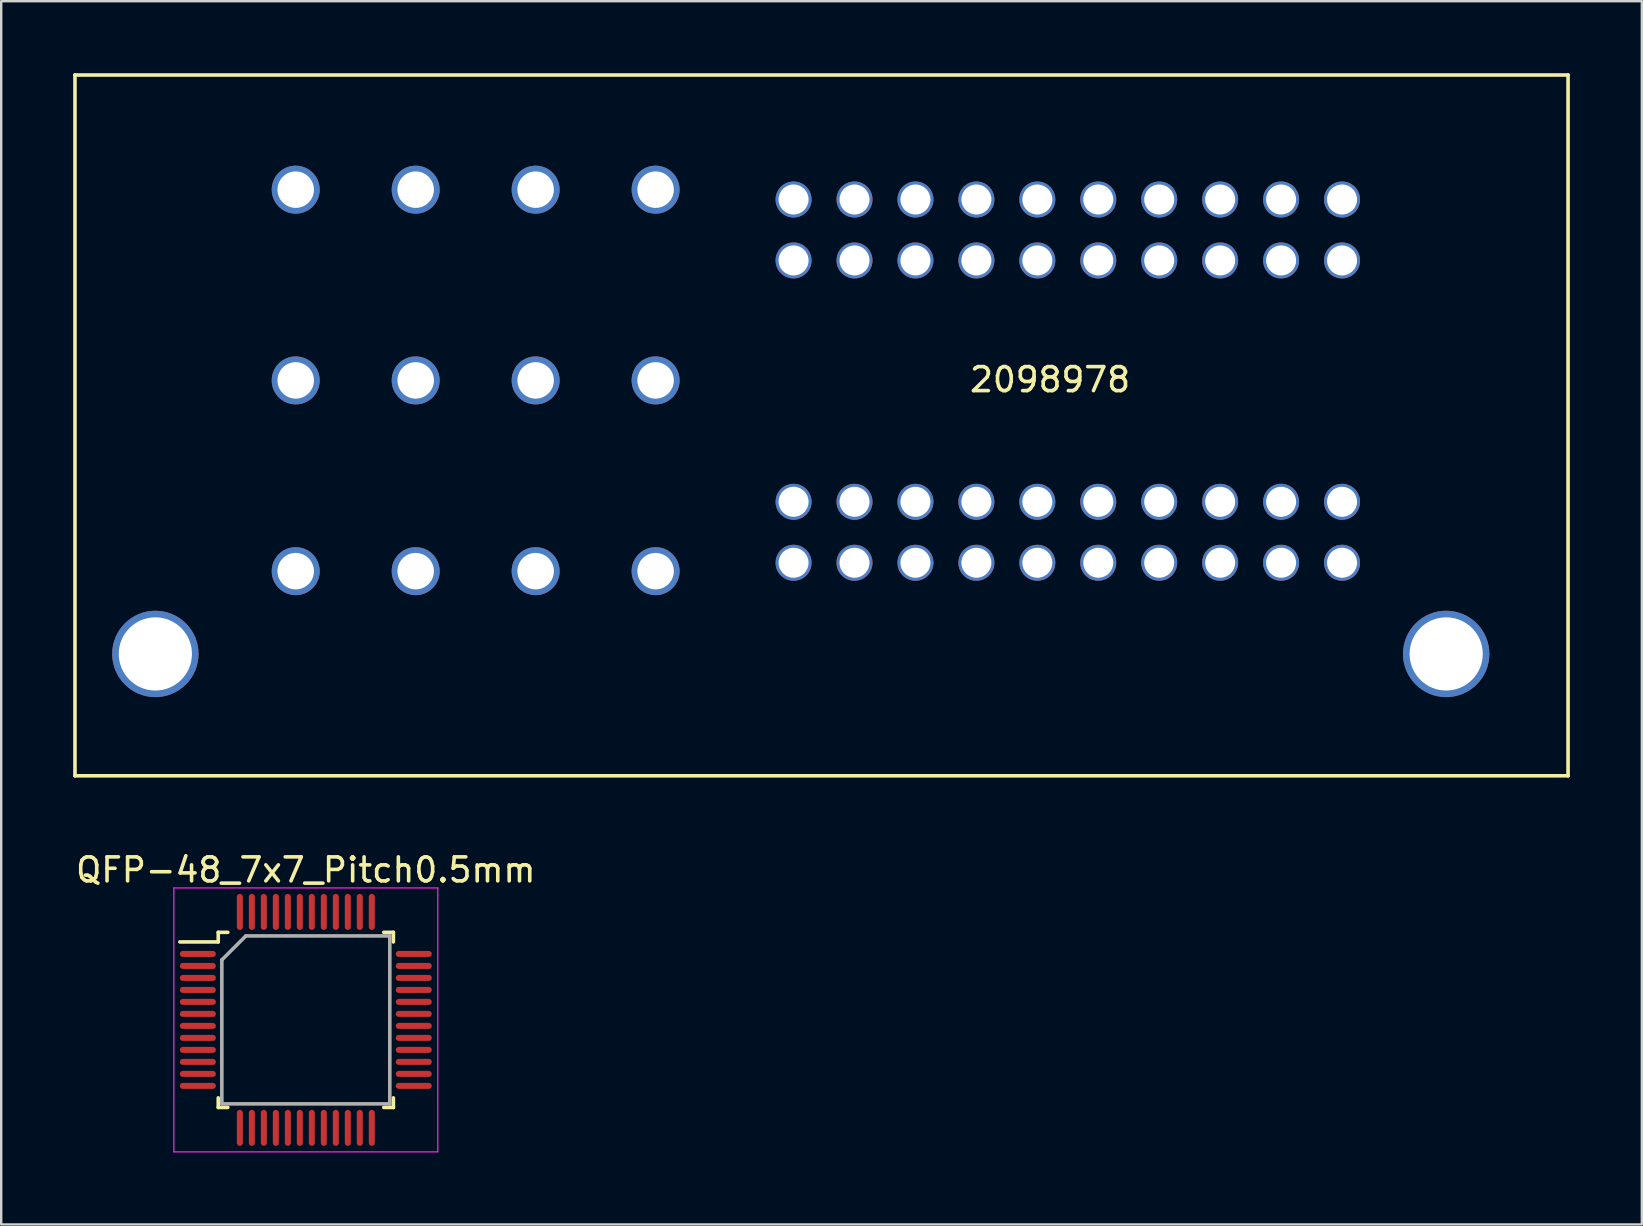
<source format=kicad_pcb>
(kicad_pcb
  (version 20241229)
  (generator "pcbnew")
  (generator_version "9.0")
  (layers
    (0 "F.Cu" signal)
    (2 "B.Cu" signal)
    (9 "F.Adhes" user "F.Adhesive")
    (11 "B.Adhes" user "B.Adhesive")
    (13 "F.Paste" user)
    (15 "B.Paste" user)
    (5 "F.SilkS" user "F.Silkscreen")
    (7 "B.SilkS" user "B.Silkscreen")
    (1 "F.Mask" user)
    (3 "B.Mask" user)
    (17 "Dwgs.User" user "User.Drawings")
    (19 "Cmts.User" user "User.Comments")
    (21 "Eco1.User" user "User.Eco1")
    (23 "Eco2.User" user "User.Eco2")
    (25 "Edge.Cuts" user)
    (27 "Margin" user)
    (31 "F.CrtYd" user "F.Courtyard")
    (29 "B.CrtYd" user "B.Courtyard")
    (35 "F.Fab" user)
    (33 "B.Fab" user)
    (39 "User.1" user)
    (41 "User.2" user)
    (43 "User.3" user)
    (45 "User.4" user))
  (footprint "2098978"
    (layer "F.Cu")
    (at 57.225 24.205)
    (property "Reference" "2098978" (at -16.51 -11.43 0) (layer "F.SilkS") (effects (font (size 1 1) (thickness 0.15))))
    (attr through_hole)
    (fp_line (start -57.15 -24.13) (end 5.08 -24.13) (stroke (width 0.15) (type solid)) (layer "F.SilkS"))
    (fp_line (start -57.15 5.08) (end -57.15 -24.13) (stroke (width 0.15) (type solid)) (layer "F.SilkS"))
    (fp_line (start 5.08 -24.13) (end 5.08 5.08) (stroke (width 0.15) (type solid)) (layer "F.SilkS"))
    (fp_line (start 5.08 5.08) (end -57.15 5.08) (stroke (width 0.15) (type solid)) (layer "F.SilkS"))
    (pad "1" thru_hole circle (at -4.34 -18.94) (size 1.5 1.5) (drill 1.25) (layers "*.Cu" "*.Mask"))
    (pad "2" thru_hole circle (at -6.88 -18.94) (size 1.5 1.5) (drill 1.25) (layers "*.Cu" "*.Mask"))
    (pad "3" thru_hole circle (at -9.42 -18.94) (size 1.5 1.5) (drill 1.25) (layers "*.Cu" "*.Mask"))
    (pad "4" thru_hole circle (at -11.96 -18.94) (size 1.5 1.5) (drill 1.25) (layers "*.Cu" "*.Mask"))
    (pad "5" thru_hole circle (at -14.5 -18.94) (size 1.5 1.5) (drill 1.25) (layers "*.Cu" "*.Mask"))
    (pad "6" thru_hole circle (at -17.04 -18.94) (size 1.5 1.5) (drill 1.25) (layers "*.Cu" "*.Mask"))
    (pad "7" thru_hole circle (at -19.58 -18.94) (size 1.5 1.5) (drill 1.25) (layers "*.Cu" "*.Mask"))
    (pad "8" thru_hole circle (at -22.12 -18.94) (size 1.5 1.5) (drill 1.25) (layers "*.Cu" "*.Mask"))
    (pad "9" thru_hole circle (at -24.66 -18.94) (size 1.5 1.5) (drill 1.25) (layers "*.Cu" "*.Mask"))
    (pad "10" thru_hole circle (at -27.2 -18.94) (size 1.5 1.5) (drill 1.25) (layers "*.Cu" "*.Mask"))
    (pad "11" thru_hole circle (at -4.34 -16.4) (size 1.5 1.5) (drill 1.25) (layers "*.Cu" "*.Mask"))
    (pad "12" thru_hole circle (at -6.88 -16.4) (size 1.5 1.5) (drill 1.25) (layers "*.Cu" "*.Mask"))
    (pad "13" thru_hole circle (at -9.42 -16.4) (size 1.5 1.5) (drill 1.25) (layers "*.Cu" "*.Mask"))
    (pad "14" thru_hole circle (at -11.96 -16.4) (size 1.5 1.5) (drill 1.25) (layers "*.Cu" "*.Mask"))
    (pad "15" thru_hole circle (at -14.5 -16.4) (size 1.5 1.5) (drill 1.25) (layers "*.Cu" "*.Mask"))
    (pad "16" thru_hole circle (at -17.04 -16.4) (size 1.5 1.5) (drill 1.25) (layers "*.Cu" "*.Mask"))
    (pad "17" thru_hole circle (at -19.58 -16.4) (size 1.5 1.5) (drill 1.25) (layers "*.Cu" "*.Mask"))
    (pad "18" thru_hole circle (at -22.12 -16.4) (size 1.5 1.5) (drill 1.25) (layers "*.Cu" "*.Mask"))
    (pad "19" thru_hole circle (at -24.66 -16.4) (size 1.5 1.5) (drill 1.25) (layers "*.Cu" "*.Mask"))
    (pad "20" thru_hole circle (at -27.2 -16.4) (size 1.5 1.5) (drill 1.25) (layers "*.Cu" "*.Mask"))
    (pad "21" thru_hole circle (at -4.34 -6.34) (size 1.5 1.5) (drill 1.25) (layers "*.Cu" "*.Mask"))
    (pad "22" thru_hole circle (at -6.88 -6.34) (size 1.5 1.5) (drill 1.25) (layers "*.Cu" "*.Mask"))
    (pad "23" thru_hole circle (at -9.42 -6.34) (size 1.5 1.5) (drill 1.25) (layers "*.Cu" "*.Mask"))
    (pad "24" thru_hole circle (at -11.96 -6.34) (size 1.5 1.5) (drill 1.25) (layers "*.Cu" "*.Mask"))
    (pad "25" thru_hole circle (at -14.5 -6.34) (size 1.5 1.5) (drill 1.25) (layers "*.Cu" "*.Mask"))
    (pad "26" thru_hole circle (at -17.04 -6.34) (size 1.5 1.5) (drill 1.25) (layers "*.Cu" "*.Mask"))
    (pad "27" thru_hole circle (at -19.58 -6.34) (size 1.5 1.5) (drill 1.25) (layers "*.Cu" "*.Mask"))
    (pad "28" thru_hole circle (at -22.12 -6.34) (size 1.5 1.5) (drill 1.25) (layers "*.Cu" "*.Mask"))
    (pad "29" thru_hole circle (at -24.66 -6.34) (size 1.5 1.5) (drill 1.25) (layers "*.Cu" "*.Mask"))
    (pad "30" thru_hole circle (at -27.2 -6.34) (size 1.5 1.5) (drill 1.25) (layers "*.Cu" "*.Mask"))
    (pad "31" thru_hole circle (at -4.34 -3.8) (size 1.5 1.5) (drill 1.25) (layers "*.Cu" "*.Mask"))
    (pad "32" thru_hole circle (at -6.88 -3.8) (size 1.5 1.5) (drill 1.25) (layers "*.Cu" "*.Mask"))
    (pad "33" thru_hole circle (at -9.42 -3.8) (size 1.5 1.5) (drill 1.25) (layers "*.Cu" "*.Mask"))
    (pad "34" thru_hole circle (at -11.96 -3.8) (size 1.5 1.5) (drill 1.25) (layers "*.Cu" "*.Mask"))
    (pad "35" thru_hole circle (at -14.5 -3.8) (size 1.5 1.5) (drill 1.25) (layers "*.Cu" "*.Mask"))
    (pad "36" thru_hole circle (at -17.04 -3.8) (size 1.5 1.5) (drill 1.25) (layers "*.Cu" "*.Mask"))
    (pad "37" thru_hole circle (at -19.58 -3.8) (size 1.5 1.5) (drill 1.25) (layers "*.Cu" "*.Mask"))
    (pad "38" thru_hole circle (at -22.12 -3.8) (size 1.5 1.5) (drill 1.25) (layers "*.Cu" "*.Mask"))
    (pad "39" thru_hole circle (at -24.66 -3.8) (size 1.5 1.5) (drill 1.25) (layers "*.Cu" "*.Mask"))
    (pad "40" thru_hole circle (at -27.2 -3.8) (size 1.5 1.5) (drill 1.25) (layers "*.Cu" "*.Mask"))
    (pad "41" thru_hole circle (at -32.95 -19.35) (size 2 2) (drill 1.52) (layers "*.Cu" "*.Mask"))
    (pad "42" thru_hole circle (at -37.95 -19.35) (size 2 2) (drill 1.52) (layers "*.Cu" "*.Mask"))
    (pad "43" thru_hole circle (at -42.95 -19.35) (size 2 2) (drill 1.52) (layers "*.Cu" "*.Mask"))
    (pad "44" thru_hole circle (at -47.95 -19.35) (size 2 2) (drill 1.52) (layers "*.Cu" "*.Mask"))
    (pad "45" thru_hole circle (at -32.95 -11.4) (size 2 2) (drill 1.52) (layers "*.Cu" "*.Mask"))
    (pad "46" thru_hole circle (at -37.95 -11.4) (size 2 2) (drill 1.52) (layers "*.Cu" "*.Mask"))
    (pad "47" thru_hole circle (at -42.95 -11.4) (size 2 2) (drill 1.52) (layers "*.Cu" "*.Mask"))
    (pad "48" thru_hole circle (at -47.95 -11.4) (size 2 2) (drill 1.52) (layers "*.Cu" "*.Mask"))
    (pad "49" thru_hole circle (at -32.95 -3.45) (size 2 2) (drill 1.52) (layers "*.Cu" "*.Mask"))
    (pad "50" thru_hole circle (at -37.95 -3.45) (size 2 2) (drill 1.52) (layers "*.Cu" "*.Mask"))
    (pad "51" thru_hole circle (at -42.95 -3.45) (size 2 2) (drill 1.52) (layers "*.Cu" "*.Mask"))
    (pad "52" thru_hole circle (at -47.95 -3.45) (size 2 2) (drill 1.52) (layers "*.Cu" "*.Mask"))
    (pad "53" thru_hole circle (at -53.8 0) (size 3.6 3.6) (drill 3.05) (layers "*.Cu" "*.Mask"))
    (pad "54" thru_hole circle (at 0 0) (size 3.6 3.6) (drill 3.05) (layers "*.Cu" "*.Mask")))
  (footprint "QFP-48_7x7_Pitch0.5mm"
    (layer "F.Cu")
    (at 9.696 39.458)
    (property "Reference" "QFP-48_7x7_Pitch0.5mm" (at 0 -6.25 0) (layer "F.SilkS") (effects (font (size 1 1) (thickness 0.15))))
    (attr smd)
    (fp_line (start -3.65 -3.65) (end -3.65 -3.25) (stroke (width 0.15) (type solid)) (layer "F.SilkS"))
    (fp_line (start -3.65 -3.25) (end -5.25 -3.25) (stroke (width 0.15) (type solid)) (layer "F.SilkS"))
    (fp_line (start -3.65 3.65) (end -3.65 3.25) (stroke (width 0.15) (type solid)) (layer "F.SilkS"))
    (fp_line (start -3.25 -3.65) (end -3.65 -3.65) (stroke (width 0.15) (type solid)) (layer "F.SilkS"))
    (fp_line (start -3.25 3.65) (end -3.65 3.65) (stroke (width 0.15) (type solid)) (layer "F.SilkS"))
    (fp_line (start 3.25 -3.65) (end 3.65 -3.65) (stroke (width 0.15) (type solid)) (layer "F.SilkS"))
    (fp_line (start 3.25 3.65) (end 3.65 3.65) (stroke (width 0.15) (type solid)) (layer "F.SilkS"))
    (fp_line (start 3.65 -3.65) (end 3.65 -3.25) (stroke (width 0.15) (type solid)) (layer "F.SilkS"))
    (fp_line (start 3.65 3.65) (end 3.65 3.25) (stroke (width 0.15) (type solid)) (layer "F.SilkS"))
    (fp_line (start -5.5 -5.5) (end 5.5 -5.5) (stroke (width 0.05) (type solid)) (layer "F.CrtYd"))
    (fp_line (start -5.5 5.5) (end -5.5 -5.5) (stroke (width 0.05) (type solid)) (layer "F.CrtYd"))
    (fp_line (start 5.5 -5.5) (end 5.5 5.5) (stroke (width 0.05) (type solid)) (layer "F.CrtYd"))
    (fp_line (start 5.5 5.5) (end -5.5 5.5) (stroke (width 0.05) (type solid)) (layer "F.CrtYd"))
    (fp_line (start -3.5 -2.5) (end -3.5 3.5) (stroke (width 0.15) (type solid)) (layer "F.Fab"))
    (fp_line (start -3.5 3.5) (end 3.5 3.5) (stroke (width 0.15) (type solid)) (layer "F.Fab"))
    (fp_line (start -2.5 -3.5) (end -3.5 -2.5) (stroke (width 0.15) (type solid)) (layer "F.Fab"))
    (fp_line (start 3.5 -3.5) (end -2.5 -3.5) (stroke (width 0.15) (type solid)) (layer "F.Fab"))
    (fp_line (start 3.5 3.5) (end 3.5 -3.5) (stroke (width 0.15) (type solid)) (layer "F.Fab"))
    (pad "1" smd oval (at -4.5 -2.75 90) (size 0.25 1.5) (layers "F.Cu" "F.Mask" "F.Paste"))
    (pad "2" smd oval (at -4.5 -2.25 90) (size 0.25 1.5) (layers "F.Cu" "F.Mask" "F.Paste"))
    (pad "3" smd oval (at -4.5 -1.75 90) (size 0.25 1.5) (layers "F.Cu" "F.Mask" "F.Paste"))
    (pad "4" smd oval (at -4.5 -1.25 90) (size 0.25 1.5) (layers "F.Cu" "F.Mask" "F.Paste"))
    (pad "5" smd oval (at -4.5 -0.75 90) (size 0.25 1.5) (layers "F.Cu" "F.Mask" "F.Paste"))
    (pad "6" smd oval (at -4.5 -0.25 90) (size 0.25 1.5) (layers "F.Cu" "F.Mask" "F.Paste"))
    (pad "7" smd oval (at -4.5 0.25 90) (size 0.25 1.5) (layers "F.Cu" "F.Mask" "F.Paste"))
    (pad "8" smd oval (at -4.5 0.75 90) (size 0.25 1.5) (layers "F.Cu" "F.Mask" "F.Paste"))
    (pad "9" smd oval (at -4.5 1.25 90) (size 0.25 1.5) (layers "F.Cu" "F.Mask" "F.Paste"))
    (pad "10" smd oval (at -4.5 1.75 90) (size 0.25 1.5) (layers "F.Cu" "F.Mask" "F.Paste"))
    (pad "11" smd oval (at -4.5 2.25 90) (size 0.25 1.5) (layers "F.Cu" "F.Mask" "F.Paste"))
    (pad "12" smd oval (at -4.5 2.75 90) (size 0.25 1.5) (layers "F.Cu" "F.Mask" "F.Paste"))
    (pad "13" smd oval (at -2.75 4.5) (size 0.25 1.5) (layers "F.Cu" "F.Mask" "F.Paste"))
    (pad "14" smd oval (at -2.25 4.5) (size 0.25 1.5) (layers "F.Cu" "F.Mask" "F.Paste"))
    (pad "15" smd oval (at -1.75 4.5) (size 0.25 1.5) (layers "F.Cu" "F.Mask" "F.Paste"))
    (pad "16" smd oval (at -1.25 4.5) (size 0.25 1.5) (layers "F.Cu" "F.Mask" "F.Paste"))
    (pad "17" smd oval (at -0.75 4.5) (size 0.25 1.5) (layers "F.Cu" "F.Mask" "F.Paste"))
    (pad "18" smd oval (at -0.25 4.5) (size 0.25 1.5) (layers "F.Cu" "F.Mask" "F.Paste"))
    (pad "19" smd oval (at 0.25 4.5) (size 0.25 1.5) (layers "F.Cu" "F.Mask" "F.Paste"))
    (pad "20" smd oval (at 0.75 4.5) (size 0.25 1.5) (layers "F.Cu" "F.Mask" "F.Paste"))
    (pad "21" smd oval (at 1.25 4.5) (size 0.25 1.5) (layers "F.Cu" "F.Mask" "F.Paste"))
    (pad "22" smd oval (at 1.75 4.5) (size 0.25 1.5) (layers "F.Cu" "F.Mask" "F.Paste"))
    (pad "23" smd oval (at 2.25 4.5) (size 0.25 1.5) (layers "F.Cu" "F.Mask" "F.Paste"))
    (pad "24" smd oval (at 2.75 4.5) (size 0.25 1.5) (layers "F.Cu" "F.Mask" "F.Paste"))
    (pad "25" smd oval (at 4.5 2.75 90) (size 0.25 1.5) (layers "F.Cu" "F.Mask" "F.Paste"))
    (pad "26" smd oval (at 4.5 2.25 90) (size 0.25 1.5) (layers "F.Cu" "F.Mask" "F.Paste"))
    (pad "27" smd oval (at 4.5 1.75 90) (size 0.25 1.5) (layers "F.Cu" "F.Mask" "F.Paste"))
    (pad "28" smd oval (at 4.5 1.25 90) (size 0.25 1.5) (layers "F.Cu" "F.Mask" "F.Paste"))
    (pad "29" smd oval (at 4.5 0.75 90) (size 0.25 1.5) (layers "F.Cu" "F.Mask" "F.Paste"))
    (pad "30" smd oval (at 4.5 0.25 90) (size 0.25 1.5) (layers "F.Cu" "F.Mask" "F.Paste"))
    (pad "31" smd oval (at 4.5 -0.25 90) (size 0.25 1.5) (layers "F.Cu" "F.Mask" "F.Paste"))
    (pad "32" smd oval (at 4.5 -0.75 90) (size 0.25 1.5) (layers "F.Cu" "F.Mask" "F.Paste"))
    (pad "33" smd oval (at 4.5 -1.25 90) (size 0.25 1.5) (layers "F.Cu" "F.Mask" "F.Paste"))
    (pad "34" smd oval (at 4.5 -1.75 90) (size 0.25 1.5) (layers "F.Cu" "F.Mask" "F.Paste"))
    (pad "35" smd oval (at 4.5 -2.25 90) (size 0.25 1.5) (layers "F.Cu" "F.Mask" "F.Paste"))
    (pad "36" smd oval (at 4.5 -2.75 90) (size 0.25 1.5) (layers "F.Cu" "F.Mask" "F.Paste"))
    (pad "37" smd oval (at 2.75 -4.5) (size 0.25 1.5) (layers "F.Cu" "F.Mask" "F.Paste"))
    (pad "38" smd oval (at 2.25 -4.5) (size 0.25 1.5) (layers "F.Cu" "F.Mask" "F.Paste"))
    (pad "39" smd oval (at 1.75 -4.5) (size 0.25 1.5) (layers "F.Cu" "F.Mask" "F.Paste"))
    (pad "40" smd oval (at 1.25 -4.5) (size 0.25 1.5) (layers "F.Cu" "F.Mask" "F.Paste"))
    (pad "41" smd oval (at 0.75 -4.5) (size 0.25 1.5) (layers "F.Cu" "F.Mask" "F.Paste"))
    (pad "42" smd oval (at 0.25 -4.5) (size 0.25 1.5) (layers "F.Cu" "F.Mask" "F.Paste"))
    (pad "43" smd oval (at -0.25 -4.5) (size 0.25 1.5) (layers "F.Cu" "F.Mask" "F.Paste"))
    (pad "44" smd oval (at -0.75 -4.5) (size 0.25 1.5) (layers "F.Cu" "F.Mask" "F.Paste"))
    (pad "45" smd oval (at -1.25 -4.5) (size 0.25 1.5) (layers "F.Cu" "F.Mask" "F.Paste"))
    (pad "46" smd oval (at -1.75 -4.5) (size 0.25 1.5) (layers "F.Cu" "F.Mask" "F.Paste"))
    (pad "47" smd oval (at -2.25 -4.5) (size 0.25 1.5) (layers "F.Cu" "F.Mask" "F.Paste"))
    (pad "48" smd oval (at -2.75 -4.5) (size 0.25 1.5) (layers "F.Cu" "F.Mask" "F.Paste")))
  (gr_rect
    (start -3 -3)
    (end 65.38 47.983)
    (stroke (width 0.1) (type default))
    (fill no)
    (layer "Edge.Cuts")))
</source>
